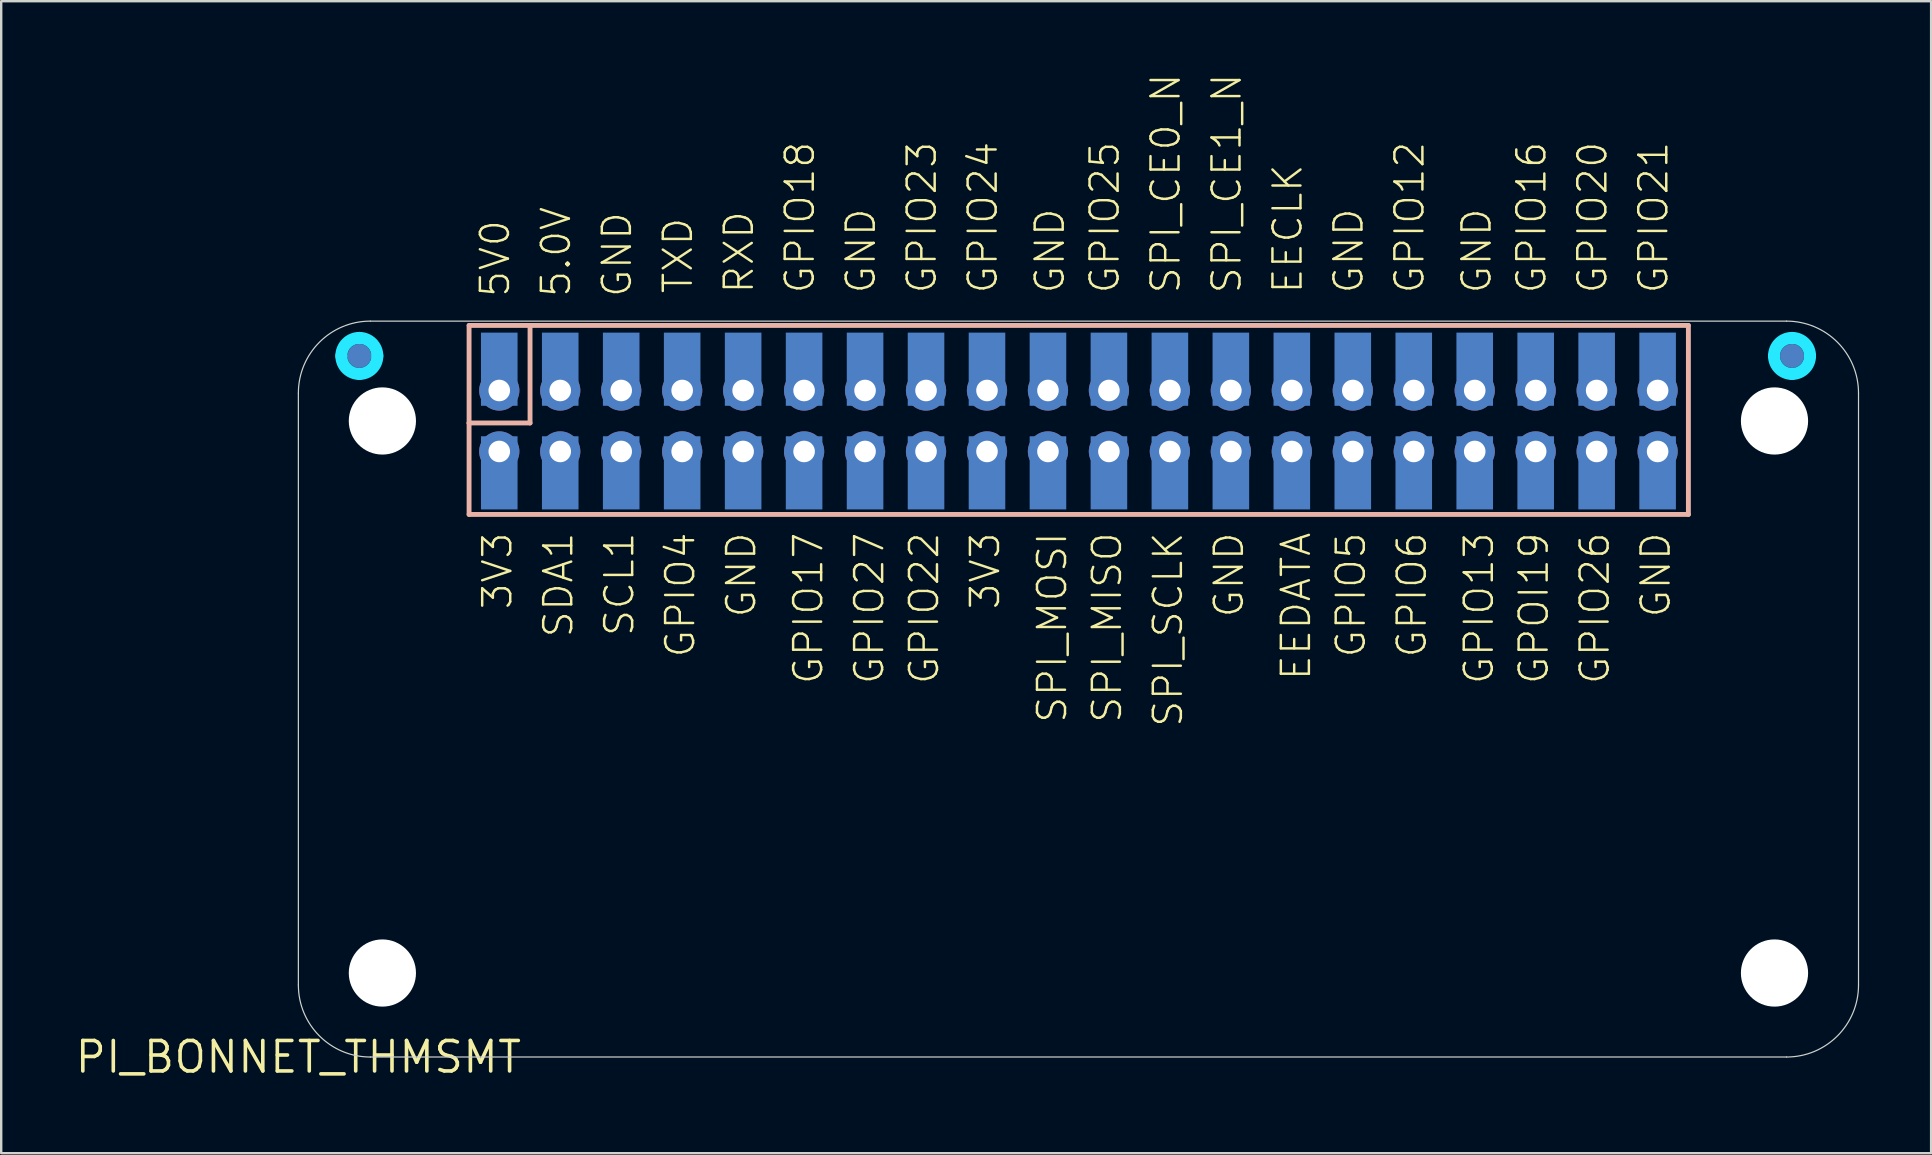
<source format=kicad_pcb>
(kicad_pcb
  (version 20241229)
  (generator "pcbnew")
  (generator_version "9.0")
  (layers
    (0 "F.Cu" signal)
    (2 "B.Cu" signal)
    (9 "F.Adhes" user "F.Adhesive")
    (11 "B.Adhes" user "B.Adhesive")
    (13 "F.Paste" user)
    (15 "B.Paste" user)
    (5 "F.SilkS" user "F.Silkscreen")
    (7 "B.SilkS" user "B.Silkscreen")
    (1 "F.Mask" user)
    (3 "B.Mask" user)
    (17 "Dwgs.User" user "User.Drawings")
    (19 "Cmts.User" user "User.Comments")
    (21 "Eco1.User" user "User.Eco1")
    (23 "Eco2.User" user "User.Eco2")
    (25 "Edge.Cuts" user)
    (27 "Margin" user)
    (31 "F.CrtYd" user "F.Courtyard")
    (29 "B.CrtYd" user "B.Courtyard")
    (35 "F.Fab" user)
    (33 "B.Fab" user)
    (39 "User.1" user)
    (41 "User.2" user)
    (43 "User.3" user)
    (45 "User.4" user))
  (footprint "PI_BONNET_THMSMT"
    (layer "F.Cu")
    (at 9.381 40.989)
    (property "Reference" "PI_BONNET_THMSMT" (at 0 0 0) (unlocked yes) (layer "F.SilkS") (effects (font (size 1.27 1.27) (thickness 0.15))))
    (fp_arc (start 1.79 -29.21) (mid 2.00967 -29.74033) (end 2.54 -29.96) (stroke (width 0.5) (type solid)) (layer "B.Mask"))
    (fp_arc (start 2.54 -29.96) (mid 3.07033 -29.74033) (end 3.29 -29.21) (stroke (width 0.5) (type solid)) (layer "B.Mask"))
    (fp_arc (start 2.54 -28.46) (mid 2.00967 -28.67967) (end 1.79 -29.21) (stroke (width 0.5) (type solid)) (layer "B.Mask"))
    (fp_arc (start 3.29 -29.21) (mid 3.07033 -28.67967) (end 2.54 -28.46) (stroke (width 0.5) (type solid)) (layer "B.Mask"))
    (fp_arc (start 61.48 -29.21) (mid 61.69967 -29.74033) (end 62.23 -29.96) (stroke (width 0.5) (type solid)) (layer "B.Mask"))
    (fp_arc (start 62.23 -29.96) (mid 62.76033 -29.74033) (end 62.98 -29.21) (stroke (width 0.5) (type solid)) (layer "B.Mask"))
    (fp_arc (start 62.23 -28.46) (mid 61.69967 -28.67967) (end 61.48 -29.21) (stroke (width 0.5) (type solid)) (layer "B.Mask"))
    (fp_arc (start 62.98 -29.21) (mid 62.76033 -28.67967) (end 62.23 -28.46) (stroke (width 0.5) (type solid)) (layer "B.Mask"))
    (fp_line (start 7.112 -30.48) (end 7.112 -26.416) (stroke (width 0.203) (type solid)) (layer "B.SilkS"))
    (fp_line (start 7.112 -26.416) (end 7.112 -22.606) (stroke (width 0.203) (type solid)) (layer "B.SilkS"))
    (fp_line (start 7.112 -26.416) (end 9.652 -26.416) (stroke (width 0.203) (type solid)) (layer "B.SilkS"))
    (fp_line (start 7.112 -22.606) (end 57.912 -22.606) (stroke (width 0.203) (type solid)) (layer "B.SilkS"))
    (fp_line (start 9.652 -30.48) (end 7.112 -30.48) (stroke (width 0.203) (type solid)) (layer "B.SilkS"))
    (fp_line (start 9.652 -26.416) (end 9.652 -30.48) (stroke (width 0.203) (type solid)) (layer "B.SilkS"))
    (fp_line (start 57.912 -30.48) (end 9.652 -30.48) (stroke (width 0.203) (type solid)) (layer "B.SilkS"))
    (fp_line (start 57.912 -22.606) (end 57.912 -30.48) (stroke (width 0.203) (type solid)) (layer "B.SilkS"))
    (fp_poly (pts (xy 7.6 -28.3) (xy 9.1 -28.3) (xy 9.1 -30.2) (xy 7.6 -30.2)) (stroke (width 0) (type default)) (fill yes) (layer "B.Paste"))
    (fp_poly (pts (xy 9.12 -24.75) (xy 7.62 -24.75) (xy 7.62 -22.85) (xy 9.12 -22.85)) (stroke (width 0) (type default)) (fill yes) (layer "B.Paste"))
    (fp_poly (pts (xy 10.14 -28.3) (xy 11.64 -28.3) (xy 11.64 -30.2) (xy 10.14 -30.2)) (stroke (width 0) (type default)) (fill yes) (layer "B.Paste"))
    (fp_poly (pts (xy 11.66 -24.75) (xy 10.16 -24.75) (xy 10.16 -22.85) (xy 11.66 -22.85)) (stroke (width 0) (type default)) (fill yes) (layer "B.Paste"))
    (fp_poly (pts (xy 12.68 -28.3) (xy 14.18 -28.3) (xy 14.18 -30.2) (xy 12.68 -30.2)) (stroke (width 0) (type default)) (fill yes) (layer "B.Paste"))
    (fp_poly (pts (xy 14.2 -24.75) (xy 12.7 -24.75) (xy 12.7 -22.85) (xy 14.2 -22.85)) (stroke (width 0) (type default)) (fill yes) (layer "B.Paste"))
    (fp_poly (pts (xy 15.22 -28.3) (xy 16.72 -28.3) (xy 16.72 -30.2) (xy 15.22 -30.2)) (stroke (width 0) (type default)) (fill yes) (layer "B.Paste"))
    (fp_poly (pts (xy 16.74 -24.75) (xy 15.24 -24.75) (xy 15.24 -22.85) (xy 16.74 -22.85)) (stroke (width 0) (type default)) (fill yes) (layer "B.Paste"))
    (fp_poly (pts (xy 17.76 -28.3) (xy 19.26 -28.3) (xy 19.26 -30.2) (xy 17.76 -30.2)) (stroke (width 0) (type default)) (fill yes) (layer "B.Paste"))
    (fp_poly (pts (xy 19.28 -24.75) (xy 17.78 -24.75) (xy 17.78 -22.85) (xy 19.28 -22.85)) (stroke (width 0) (type default)) (fill yes) (layer "B.Paste"))
    (fp_poly (pts (xy 20.3 -28.3) (xy 21.8 -28.3) (xy 21.8 -30.2) (xy 20.3 -30.2)) (stroke (width 0) (type default)) (fill yes) (layer "B.Paste"))
    (fp_poly (pts (xy 21.82 -24.75) (xy 20.32 -24.75) (xy 20.32 -22.85) (xy 21.82 -22.85)) (stroke (width 0) (type default)) (fill yes) (layer "B.Paste"))
    (fp_poly (pts (xy 22.84 -28.3) (xy 24.34 -28.3) (xy 24.34 -30.2) (xy 22.84 -30.2)) (stroke (width 0) (type default)) (fill yes) (layer "B.Paste"))
    (fp_poly (pts (xy 24.36 -24.75) (xy 22.86 -24.75) (xy 22.86 -22.85) (xy 24.36 -22.85)) (stroke (width 0) (type default)) (fill yes) (layer "B.Paste"))
    (fp_poly (pts (xy 25.38 -28.3) (xy 26.88 -28.3) (xy 26.88 -30.2) (xy 25.38 -30.2)) (stroke (width 0) (type default)) (fill yes) (layer "B.Paste"))
    (fp_poly (pts (xy 26.9 -24.75) (xy 25.4 -24.75) (xy 25.4 -22.85) (xy 26.9 -22.85)) (stroke (width 0) (type default)) (fill yes) (layer "B.Paste"))
    (fp_poly (pts (xy 27.92 -28.3) (xy 29.42 -28.3) (xy 29.42 -30.2) (xy 27.92 -30.2)) (stroke (width 0) (type default)) (fill yes) (layer "B.Paste"))
    (fp_poly (pts (xy 29.44 -24.75) (xy 27.94 -24.75) (xy 27.94 -22.85) (xy 29.44 -22.85)) (stroke (width 0) (type default)) (fill yes) (layer "B.Paste"))
    (fp_poly (pts (xy 30.46 -28.3) (xy 31.96 -28.3) (xy 31.96 -30.2) (xy 30.46 -30.2)) (stroke (width 0) (type default)) (fill yes) (layer "B.Paste"))
    (fp_poly (pts (xy 31.98 -24.75) (xy 30.48 -24.75) (xy 30.48 -22.85) (xy 31.98 -22.85)) (stroke (width 0) (type default)) (fill yes) (layer "B.Paste"))
    (fp_poly (pts (xy 33 -28.3) (xy 34.5 -28.3) (xy 34.5 -30.2) (xy 33 -30.2)) (stroke (width 0) (type default)) (fill yes) (layer "B.Paste"))
    (fp_poly (pts (xy 34.52 -24.75) (xy 33.02 -24.75) (xy 33.02 -22.85) (xy 34.52 -22.85)) (stroke (width 0) (type default)) (fill yes) (layer "B.Paste"))
    (fp_poly (pts (xy 35.54 -28.3) (xy 37.04 -28.3) (xy 37.04 -30.2) (xy 35.54 -30.2)) (stroke (width 0) (type default)) (fill yes) (layer "B.Paste"))
    (fp_poly (pts (xy 37.06 -24.75) (xy 35.56 -24.75) (xy 35.56 -22.85) (xy 37.06 -22.85)) (stroke (width 0) (type default)) (fill yes) (layer "B.Paste"))
    (fp_poly (pts (xy 38.08 -28.3) (xy 39.58 -28.3) (xy 39.58 -30.2) (xy 38.08 -30.2)) (stroke (width 0) (type default)) (fill yes) (layer "B.Paste"))
    (fp_poly (pts (xy 39.6 -24.75) (xy 38.1 -24.75) (xy 38.1 -22.85) (xy 39.6 -22.85)) (stroke (width 0) (type default)) (fill yes) (layer "B.Paste"))
    (fp_poly (pts (xy 40.62 -28.3) (xy 42.12 -28.3) (xy 42.12 -30.2) (xy 40.62 -30.2)) (stroke (width 0) (type default)) (fill yes) (layer "B.Paste"))
    (fp_poly (pts (xy 42.14 -24.75) (xy 40.64 -24.75) (xy 40.64 -22.85) (xy 42.14 -22.85)) (stroke (width 0) (type default)) (fill yes) (layer "B.Paste"))
    (fp_poly (pts (xy 43.16 -28.3) (xy 44.66 -28.3) (xy 44.66 -30.2) (xy 43.16 -30.2)) (stroke (width 0) (type default)) (fill yes) (layer "B.Paste"))
    (fp_poly (pts (xy 44.68 -24.75) (xy 43.18 -24.75) (xy 43.18 -22.85) (xy 44.68 -22.85)) (stroke (width 0) (type default)) (fill yes) (layer "B.Paste"))
    (fp_poly (pts (xy 45.7 -28.3) (xy 47.2 -28.3) (xy 47.2 -30.2) (xy 45.7 -30.2)) (stroke (width 0) (type default)) (fill yes) (layer "B.Paste"))
    (fp_poly (pts (xy 47.22 -24.75) (xy 45.72 -24.75) (xy 45.72 -22.85) (xy 47.22 -22.85)) (stroke (width 0) (type default)) (fill yes) (layer "B.Paste"))
    (fp_poly (pts (xy 48.24 -28.3) (xy 49.74 -28.3) (xy 49.74 -30.2) (xy 48.24 -30.2)) (stroke (width 0) (type default)) (fill yes) (layer "B.Paste"))
    (fp_poly (pts (xy 49.76 -24.75) (xy 48.26 -24.75) (xy 48.26 -22.85) (xy 49.76 -22.85)) (stroke (width 0) (type default)) (fill yes) (layer "B.Paste"))
    (fp_poly (pts (xy 50.78 -28.3) (xy 52.28 -28.3) (xy 52.28 -30.2) (xy 50.78 -30.2)) (stroke (width 0) (type default)) (fill yes) (layer "B.Paste"))
    (fp_poly (pts (xy 52.3 -24.75) (xy 50.8 -24.75) (xy 50.8 -22.85) (xy 52.3 -22.85)) (stroke (width 0) (type default)) (fill yes) (layer "B.Paste"))
    (fp_poly (pts (xy 53.32 -28.3) (xy 54.82 -28.3) (xy 54.82 -30.2) (xy 53.32 -30.2)) (stroke (width 0) (type default)) (fill yes) (layer "B.Paste"))
    (fp_poly (pts (xy 54.84 -24.75) (xy 53.34 -24.75) (xy 53.34 -22.85) (xy 54.84 -22.85)) (stroke (width 0) (type default)) (fill yes) (layer "B.Paste"))
    (fp_poly (pts (xy 55.86 -28.3) (xy 57.36 -28.3) (xy 57.36 -30.2) (xy 55.86 -30.2)) (stroke (width 0) (type default)) (fill yes) (layer "B.Paste"))
    (fp_poly (pts (xy 57.38 -24.75) (xy 55.88 -24.75) (xy 55.88 -22.85) (xy 57.38 -22.85)) (stroke (width 0) (type default)) (fill yes) (layer "B.Paste"))
    (fp_line (start 0 -27.66) (end 0 -3) (stroke (width 0.05) (type solid)) (layer "Edge.Cuts"))
    (fp_line (start 3 0) (end 62 0) (stroke (width 0.05) (type solid)) (layer "Edge.Cuts"))
    (fp_line (start 62 -30.66) (end 3 -30.66) (stroke (width 0.05) (type solid)) (layer "Edge.Cuts"))
    (fp_line (start 65 -3) (end 65 -27.66) (stroke (width 0.05) (type solid)) (layer "Edge.Cuts"))
    (fp_arc (start 0 -27.6604) (mid 0.87868 -29.78172) (end 3 -30.6604) (stroke (width 0.05) (type solid)) (layer "Edge.Cuts"))
    (fp_arc (start 3 0) (mid 0.87868 -0.87868) (end 0 -3) (stroke (width 0.05) (type solid)) (layer "Edge.Cuts"))
    (fp_arc (start 62 -30.6604) (mid 64.12132 -29.78172) (end 65 -27.6604) (stroke (width 0.05) (type solid)) (layer "Edge.Cuts"))
    (fp_arc (start 65 -3) (mid 64.12132 -0.87868) (end 62 0) (stroke (width 0.05) (type solid)) (layer "Edge.Cuts"))
    (fp_arc (start 1.79 -29.21) (mid 2.00967 -29.74033) (end 2.54 -29.96) (stroke (width 0.5) (type solid)) (layer "B.CrtYd"))
    (fp_arc (start 2.54 -29.96) (mid 3.07033 -29.74033) (end 3.29 -29.21) (stroke (width 0.5) (type solid)) (layer "B.CrtYd"))
    (fp_arc (start 2.54 -28.46) (mid 2.00967 -28.67967) (end 1.79 -29.21) (stroke (width 0.5) (type solid)) (layer "B.CrtYd"))
    (fp_arc (start 3.29 -29.21) (mid 3.07033 -28.67967) (end 2.54 -28.46) (stroke (width 0.5) (type solid)) (layer "B.CrtYd"))
    (fp_arc (start 61.48 -29.21) (mid 61.69967 -29.74033) (end 62.23 -29.96) (stroke (width 0.5) (type solid)) (layer "B.CrtYd"))
    (fp_arc (start 62.23 -29.96) (mid 62.76033 -29.74033) (end 62.98 -29.21) (stroke (width 0.5) (type solid)) (layer "B.CrtYd"))
    (fp_arc (start 62.23 -28.46) (mid 61.69967 -28.67967) (end 61.48 -29.21) (stroke (width 0.5) (type solid)) (layer "B.CrtYd"))
    (fp_arc (start 62.98 -29.21) (mid 62.76033 -28.67967) (end 62.23 -28.46) (stroke (width 0.5) (type solid)) (layer "B.CrtYd"))
    (fp_text user "GPIO5" (at 43.168 -21.933 90) (layer "F.SilkS") (effects (font (size 1.168 1.168) (thickness 0.102)) (justify right top)))
    (fp_text user "GPIO23" (at 26.658 -31.738 90) (layer "F.SilkS") (effects (font (size 1.168 1.168) (thickness 0.102)) (justify left bottom)))
    (fp_text user "GPIO18" (at 21.578 -31.738 90) (layer "F.SilkS") (effects (font (size 1.168 1.168) (thickness 0.102)) (justify left bottom)))
    (fp_text user "RXD" (at 19.038 -31.738 90) (layer "F.SilkS") (effects (font (size 1.168 1.168) (thickness 0.102)) (justify left bottom)))
    (fp_text user "GND" (at 24.118 -31.738 90) (layer "F.SilkS") (effects (font (size 1.168 1.168) (thickness 0.102)) (justify left bottom)))
    (fp_text user "GPIO24" (at 29.198 -31.738 90) (layer "F.SilkS") (effects (font (size 1.168 1.168) (thickness 0.102)) (justify left bottom)))
    (fp_text user "GPIO26" (at 53.328 -21.933 90) (layer "F.SilkS") (effects (font (size 1.168 1.168) (thickness 0.102)) (justify right top)))
    (fp_text user "GND" (at 31.992 -31.738 90) (layer "F.SilkS") (effects (font (size 1.168 1.168) (thickness 0.102)) (justify left bottom)))
    (fp_text user "TXD" (at 16.498 -31.738 90) (layer "F.SilkS") (effects (font (size 1.168 1.168) (thickness 0.102)) (justify left bottom)))
    (fp_text user "GND" (at 55.868 -21.933 90) (layer "F.SilkS") (effects (font (size 1.168 1.168) (thickness 0.102)) (justify right top)))
    (fp_text user "GPIO13" (at 48.502 -21.933 90) (layer "F.SilkS") (effects (font (size 1.168 1.168) (thickness 0.102)) (justify right top)))
    (fp_text user "GPIO27" (at 23.102 -21.933 90) (layer "F.SilkS") (effects (font (size 1.168 1.168) (thickness 0.102)) (justify right top)))
    (fp_text user "SPI_MISO" (at 33.008 -21.933 90) (layer "F.SilkS") (effects (font (size 1.168 1.168) (thickness 0.102)) (justify right top)))
    (fp_text user "GPIO21" (at 57.138 -31.738 90) (layer "F.SilkS") (effects (font (size 1.168 1.168) (thickness 0.102)) (justify left bottom)))
    (fp_text user "GPIO17" (at 20.562 -21.933 90) (layer "F.SilkS") (effects (font (size 1.168 1.168) (thickness 0.102)) (justify right top)))
    (fp_text user "SPI_CE0_N" (at 36.818 -31.738 90) (layer "F.SilkS") (effects (font (size 1.168 1.168) (thickness 0.102)) (justify left bottom)))
    (fp_text user "GND" (at 13.958 -31.585 90) (layer "F.SilkS") (effects (font (size 1.168 1.168) (thickness 0.102)) (justify left bottom)))
    (fp_text user "GPIO4" (at 15.228 -21.933 90) (layer "F.SilkS") (effects (font (size 1.168 1.168) (thickness 0.102)) (justify right top)))
    (fp_text user "GPIO20" (at 54.598 -31.738 90) (layer "F.SilkS") (effects (font (size 1.168 1.168) (thickness 0.102)) (justify left bottom)))
    (fp_text user "SPI_MOSI" (at 30.722 -21.933 90) (layer "F.SilkS") (effects (font (size 1.168 1.168) (thickness 0.102)) (justify right top)))
    (fp_text user "GND" (at 49.772 -31.738 90) (layer "F.SilkS") (effects (font (size 1.168 1.168) (thickness 0.102)) (justify left bottom)))
    (fp_text user "5V0" (at 8.878 -31.585 90) (layer "F.SilkS") (effects (font (size 1.168 1.168) (thickness 0.102)) (justify left bottom)))
    (fp_text user "SPI_CE1_N" (at 39.358 -31.738 90) (layer "F.SilkS") (effects (font (size 1.168 1.168) (thickness 0.102)) (justify left bottom)))
    (fp_text user "EEDATA" (at 40.882 -21.933 90) (layer "F.SilkS") (effects (font (size 1.168 1.168) (thickness 0.102)) (justify right top)))
    (fp_text user "GPIO6" (at 45.708 -21.933 90) (layer "F.SilkS") (effects (font (size 1.168 1.168) (thickness 0.102)) (justify right top)))
    (fp_text user "GPIO12" (at 46.978 -31.738 90) (layer "F.SilkS") (effects (font (size 1.168 1.168) (thickness 0.102)) (justify left bottom)))
    (fp_text user "GND" (at 38.088 -21.933 90) (layer "F.SilkS") (effects (font (size 1.168 1.168) (thickness 0.102)) (justify right top)))
    (fp_text user "SPI_SCLK" (at 35.548 -21.933 90) (layer "F.SilkS") (effects (font (size 1.168 1.168) (thickness 0.102)) (justify right top)))
    (fp_text user "GND" (at 44.438 -31.738 90) (layer "F.SilkS") (effects (font (size 1.168 1.168) (thickness 0.102)) (justify left bottom)))
    (fp_text user "GPIO16" (at 52.058 -31.738 90) (layer "F.SilkS") (effects (font (size 1.168 1.168) (thickness 0.102)) (justify left bottom)))
    (fp_text user "GPIO25" (at 34.278 -31.738 90) (layer "F.SilkS") (effects (font (size 1.168 1.168) (thickness 0.102)) (justify left bottom)))
    (fp_text user "SDA1" (at 10.148 -21.933 90) (layer "F.SilkS") (effects (font (size 1.168 1.168) (thickness 0.102)) (justify right top)))
    (fp_text user "5.0V" (at 11.418 -31.585 90) (layer "F.SilkS") (effects (font (size 1.168 1.168) (thickness 0.102)) (justify left bottom)))
    (fp_text user "EECLK" (at 41.898 -31.738 90) (layer "F.SilkS") (effects (font (size 1.168 1.168) (thickness 0.102)) (justify left bottom)))
    (fp_text user "3V3" (at 7.608 -21.933 90) (layer "F.SilkS") (effects (font (size 1.168 1.168) (thickness 0.102)) (justify right top)))
    (fp_text user "GPIO22" (at 25.388 -21.933 90) (layer "F.SilkS") (effects (font (size 1.168 1.168) (thickness 0.102)) (justify right top)))
    (fp_text user "GPOI19" (at 50.788 -21.933 90) (layer "F.SilkS") (effects (font (size 1.168 1.168) (thickness 0.102)) (justify right top)))
    (fp_text user "GND" (at 17.768 -21.933 90) (layer "F.SilkS") (effects (font (size 1.168 1.168) (thickness 0.102)) (justify right top)))
    (fp_text user "3V3" (at 27.928 -21.933 90) (layer "F.SilkS") (effects (font (size 1.168 1.168) (thickness 0.102)) (justify right top)))
    (fp_text user "SCL1" (at 12.688 -21.933 90) (layer "F.SilkS") (effects (font (size 1.168 1.168) (thickness 0.102)) (justify right top)))
    (pad "" np_thru_hole circle (at 3.5 -26.5) (size 2.8 2.8) (drill 2.8) (layers "*.Cu" "*.Mask"))
    (pad "" np_thru_hole circle (at 3.5 -3.5) (size 2.8 2.8) (drill 2.8) (layers "*.Cu" "*.Mask"))
    (pad "" np_thru_hole circle (at 61.5 -26.5) (size 2.8 2.8) (drill 2.8) (layers "*.Cu" "*.Mask"))
    (pad "" np_thru_hole circle (at 61.5 -3.5) (size 2.8 2.8) (drill 2.8) (layers "*.Cu" "*.Mask"))
    (pad "1" thru_hole circle (at 8.37 -25.23) (size 1.676 1.676) (drill 0.9) (layers "*.Cu" "*.Mask"))
    (pad "2" thru_hole circle (at 8.37 -27.77) (size 1.676 1.676) (drill 0.9) (layers "*.Cu" "*.Mask"))
    (pad "3" thru_hole circle (at 10.91 -25.23) (size 1.676 1.676) (drill 0.9) (layers "*.Cu" "*.Mask"))
    (pad "4" thru_hole circle (at 10.91 -27.77) (size 1.676 1.676) (drill 0.9) (layers "*.Cu" "*.Mask"))
    (pad "5" thru_hole circle (at 13.45 -25.23) (size 1.676 1.676) (drill 0.9) (layers "*.Cu" "*.Mask"))
    (pad "6" thru_hole circle (at 13.45 -27.77) (size 1.676 1.676) (drill 0.9) (layers "*.Cu" "*.Mask"))
    (pad "7" thru_hole circle (at 15.99 -25.23) (size 1.676 1.676) (drill 0.9) (layers "*.Cu" "*.Mask"))
    (pad "8" thru_hole circle (at 15.99 -27.77) (size 1.676 1.676) (drill 0.9) (layers "*.Cu" "*.Mask"))
    (pad "9" thru_hole circle (at 18.53 -25.23) (size 1.676 1.676) (drill 0.9) (layers "*.Cu" "*.Mask"))
    (pad "10" thru_hole circle (at 18.53 -27.77) (size 1.676 1.676) (drill 0.9) (layers "*.Cu" "*.Mask"))
    (pad "11" thru_hole circle (at 21.07 -25.23) (size 1.676 1.676) (drill 0.9) (layers "*.Cu" "*.Mask"))
    (pad "12" thru_hole circle (at 21.07 -27.77) (size 1.676 1.676) (drill 0.9) (layers "*.Cu" "*.Mask"))
    (pad "13" thru_hole circle (at 23.61 -25.23) (size 1.676 1.676) (drill 0.9) (layers "*.Cu" "*.Mask"))
    (pad "14" thru_hole circle (at 23.61 -27.77) (size 1.676 1.676) (drill 0.9) (layers "*.Cu" "*.Mask"))
    (pad "15" thru_hole circle (at 26.15 -25.23) (size 1.676 1.676) (drill 0.9) (layers "*.Cu" "*.Mask"))
    (pad "16" thru_hole circle (at 26.15 -27.77) (size 1.676 1.676) (drill 0.9) (layers "*.Cu" "*.Mask"))
    (pad "17" thru_hole circle (at 28.69 -25.23) (size 1.676 1.676) (drill 0.9) (layers "*.Cu" "*.Mask"))
    (pad "18" thru_hole circle (at 28.69 -27.77) (size 1.676 1.676) (drill 0.9) (layers "*.Cu" "*.Mask"))
    (pad "19" thru_hole circle (at 31.23 -25.23) (size 1.676 1.676) (drill 0.9) (layers "*.Cu" "*.Mask"))
    (pad "20" thru_hole circle (at 31.23 -27.77) (size 1.676 1.676) (drill 0.9) (layers "*.Cu" "*.Mask"))
    (pad "21" thru_hole circle (at 33.77 -25.23) (size 1.676 1.676) (drill 0.9) (layers "*.Cu" "*.Mask"))
    (pad "22" thru_hole circle (at 33.77 -27.77) (size 1.676 1.676) (drill 0.9) (layers "*.Cu" "*.Mask"))
    (pad "23" thru_hole circle (at 36.31 -25.23) (size 1.676 1.676) (drill 0.9) (layers "*.Cu" "*.Mask"))
    (pad "24" thru_hole circle (at 36.31 -27.77) (size 1.676 1.676) (drill 0.9) (layers "*.Cu" "*.Mask"))
    (pad "25" thru_hole circle (at 38.85 -25.23) (size 1.676 1.676) (drill 0.9) (layers "*.Cu" "*.Mask"))
    (pad "26" thru_hole circle (at 38.85 -27.77) (size 1.676 1.676) (drill 0.9) (layers "*.Cu" "*.Mask"))
    (pad "27" thru_hole circle (at 41.39 -25.23) (size 1.676 1.676) (drill 0.9) (layers "*.Cu" "*.Mask"))
    (pad "28" thru_hole circle (at 41.39 -27.77) (size 1.676 1.676) (drill 0.9) (layers "*.Cu" "*.Mask"))
    (pad "29" thru_hole circle (at 43.93 -25.23) (size 1.676 1.676) (drill 0.9) (layers "*.Cu" "*.Mask"))
    (pad "30" thru_hole circle (at 43.93 -27.77) (size 1.676 1.676) (drill 0.9) (layers "*.Cu" "*.Mask"))
    (pad "31" thru_hole circle (at 46.47 -25.23) (size 1.676 1.676) (drill 0.9) (layers "*.Cu" "*.Mask"))
    (pad "32" thru_hole circle (at 46.47 -27.77) (size 1.676 1.676) (drill 0.9) (layers "*.Cu" "*.Mask"))
    (pad "33" thru_hole circle (at 49.01 -25.23) (size 1.676 1.676) (drill 0.9) (layers "*.Cu" "*.Mask"))
    (pad "34" thru_hole circle (at 49.01 -27.77) (size 1.676 1.676) (drill 0.9) (layers "*.Cu" "*.Mask"))
    (pad "35" thru_hole circle (at 51.55 -25.23) (size 1.676 1.676) (drill 0.9) (layers "*.Cu" "*.Mask"))
    (pad "36" thru_hole circle (at 51.55 -27.77) (size 1.676 1.676) (drill 0.9) (layers "*.Cu" "*.Mask"))
    (pad "37" thru_hole circle (at 54.09 -25.23) (size 1.676 1.676) (drill 0.9) (layers "*.Cu" "*.Mask"))
    (pad "38" thru_hole circle (at 54.09 -27.77) (size 1.676 1.676) (drill 0.9) (layers "*.Cu" "*.Mask"))
    (pad "39" thru_hole circle (at 56.63 -25.23) (size 1.676 1.676) (drill 0.9) (layers "*.Cu" "*.Mask"))
    (pad "40" thru_hole circle (at 56.63 -27.77) (size 1.676 1.676) (drill 0.9) (layers "*.Cu" "*.Mask"))
    (pad "41" smd roundrect (at 2.54 -29.21 180) (size 1 1) (layers "B.Cu" "B.Mask") (roundrect_rratio 0.5))
    (pad "42" smd roundrect (at 62.23 -29.21 180) (size 1 1) (layers "B.Cu" "B.Mask") (roundrect_rratio 0.5))
    (pad "S1" smd rect (at 8.37 -24.339 270) (size 3.048 1.524) (layers "B.Cu" "B.Mask"))
    (pad "S2" smd rect (at 8.37 -28.657 270) (size 3.048 1.524) (layers "B.Cu" "B.Mask"))
    (pad "S3" smd rect (at 10.91 -24.339 90) (size 3.048 1.524) (layers "B.Cu" "B.Mask"))
    (pad "S4" smd rect (at 10.91 -28.657 270) (size 3.048 1.524) (layers "B.Cu" "B.Mask"))
    (pad "S5" smd rect (at 13.45 -24.339 90) (size 3.048 1.524) (layers "B.Cu" "B.Mask"))
    (pad "S6" smd rect (at 13.45 -28.657 270) (size 3.048 1.524) (layers "B.Cu" "B.Mask"))
    (pad "S7" smd rect (at 15.99 -24.339 90) (size 3.048 1.524) (layers "B.Cu" "B.Mask"))
    (pad "S8" smd rect (at 15.99 -28.657 270) (size 3.048 1.524) (layers "B.Cu" "B.Mask"))
    (pad "S9" smd rect (at 18.53 -24.339 90) (size 3.048 1.524) (layers "B.Cu" "B.Mask"))
    (pad "S10" smd rect (at 18.53 -28.657 270) (size 3.048 1.524) (layers "B.Cu" "B.Mask"))
    (pad "S11" smd rect (at 21.07 -24.339 90) (size 3.048 1.524) (layers "B.Cu" "B.Mask"))
    (pad "S12" smd rect (at 21.07 -28.657 270) (size 3.048 1.524) (layers "B.Cu" "B.Mask"))
    (pad "S13" smd rect (at 23.61 -24.339 90) (size 3.048 1.524) (layers "B.Cu" "B.Mask"))
    (pad "S14" smd rect (at 23.61 -28.657 270) (size 3.048 1.524) (layers "B.Cu" "B.Mask"))
    (pad "S15" smd rect (at 26.15 -24.339 90) (size 3.048 1.524) (layers "B.Cu" "B.Mask"))
    (pad "S16" smd rect (at 26.15 -28.657 270) (size 3.048 1.524) (layers "B.Cu" "B.Mask"))
    (pad "S17" smd rect (at 28.69 -24.339 90) (size 3.048 1.524) (layers "B.Cu" "B.Mask"))
    (pad "S18" smd rect (at 28.69 -28.657 270) (size 3.048 1.524) (layers "B.Cu" "B.Mask"))
    (pad "S19" smd rect (at 31.23 -24.339 90) (size 3.048 1.524) (layers "B.Cu" "B.Mask"))
    (pad "S20" smd rect (at 31.23 -28.657 270) (size 3.048 1.524) (layers "B.Cu" "B.Mask"))
    (pad "S21" smd rect (at 33.77 -24.339 90) (size 3.048 1.524) (layers "B.Cu" "B.Mask"))
    (pad "S22" smd rect (at 33.77 -28.657 270) (size 3.048 1.524) (layers "B.Cu" "B.Mask"))
    (pad "S23" smd rect (at 36.31 -24.339 90) (size 3.048 1.524) (layers "B.Cu" "B.Mask"))
    (pad "S24" smd rect (at 36.31 -28.657 270) (size 3.048 1.524) (layers "B.Cu" "B.Mask"))
    (pad "S25" smd rect (at 38.85 -24.339 90) (size 3.048 1.524) (layers "B.Cu" "B.Mask"))
    (pad "S26" smd rect (at 38.85 -28.657 270) (size 3.048 1.524) (layers "B.Cu" "B.Mask"))
    (pad "S27" smd rect (at 41.39 -24.339 90) (size 3.048 1.524) (layers "B.Cu" "B.Mask"))
    (pad "S28" smd rect (at 41.39 -28.657 270) (size 3.048 1.524) (layers "B.Cu" "B.Mask"))
    (pad "S29" smd rect (at 43.93 -24.339 90) (size 3.048 1.524) (layers "B.Cu" "B.Mask"))
    (pad "S30" smd rect (at 43.93 -28.657 270) (size 3.048 1.524) (layers "B.Cu" "B.Mask"))
    (pad "S31" smd rect (at 46.47 -24.339 90) (size 3.048 1.524) (layers "B.Cu" "B.Mask"))
    (pad "S32" smd rect (at 46.47 -28.657 270) (size 3.048 1.524) (layers "B.Cu" "B.Mask"))
    (pad "S33" smd rect (at 49.01 -24.339 90) (size 3.048 1.524) (layers "B.Cu" "B.Mask"))
    (pad "S34" smd rect (at 49.01 -28.657 270) (size 3.048 1.524) (layers "B.Cu" "B.Mask"))
    (pad "S35" smd rect (at 51.55 -24.339 90) (size 3.048 1.524) (layers "B.Cu" "B.Mask"))
    (pad "S36" smd rect (at 51.55 -28.657 270) (size 3.048 1.524) (layers "B.Cu" "B.Mask"))
    (pad "S37" smd rect (at 54.09 -24.339 90) (size 3.048 1.524) (layers "B.Cu" "B.Mask"))
    (pad "S38" smd rect (at 54.09 -28.657 270) (size 3.048 1.524) (layers "B.Cu" "B.Mask"))
    (pad "S39" smd rect (at 56.63 -24.339 90) (size 3.048 1.524) (layers "B.Cu" "B.Mask"))
    (pad "S40" smd rect (at 56.63 -28.657 270) (size 3.048 1.524) (layers "B.Cu" "B.Mask")))
  (gr_rect
    (start -3 -3)
    (end 77.406 44.995)
    (stroke (width 0.1) (type default))
    (fill no)
    (layer "Edge.Cuts")))
</source>
